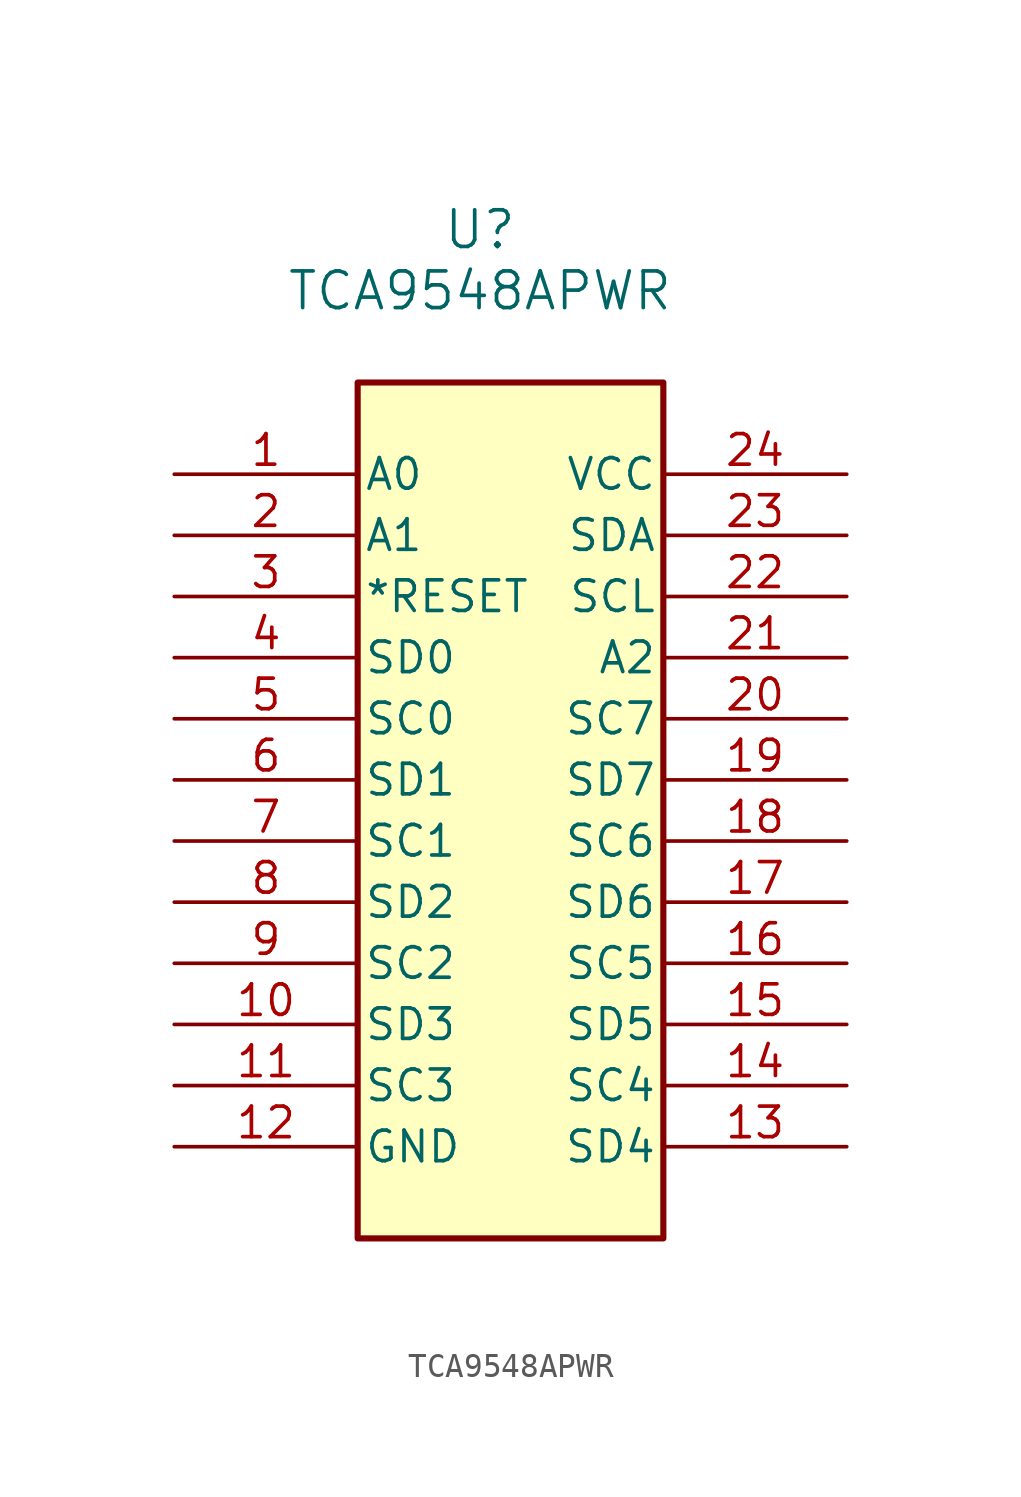
<source format=kicad_sym>
(kicad_symbol_lib
  (version 20231120)
  (generator "kicad_symbol_editor")
  (generator_version "8.0")
  (symbol "TCA9548APWR"
    (pin_names
      (offset 0.254))
    (property "Reference" "U"
      (at 30.48 10.16 0)
      (effects (font (size 1.524 1.524))))
    (property "Value" "TCA9548APWR"
      (at 30.48 7.62 0)
      (effects (font (size 1.524 1.524))))
    (property "ki_locked" ""
      (at 0 0 0)
      (effects (font (size 1.27 1.27))))
    (symbol "TCA9548APWR_0_1"
      (pin input line (at 17.78 0 0) (length 7.62) (name "A0" (effects (font (size 1.27 1.27)))) (number "1" (effects (font (size 1.27 1.27)))))
      (pin unspecified line (at 17.78 -22.86 0) (length 7.62) (name "SD3" (effects (font (size 1.27 1.27)))) (number "10" (effects (font (size 1.27 1.27)))))
      (pin unspecified line (at 17.78 -25.4 0) (length 7.62) (name "SC3" (effects (font (size 1.27 1.27)))) (number "11" (effects (font (size 1.27 1.27)))))
      (pin power_in line (at 17.78 -27.94 0) (length 7.62) (name "GND" (effects (font (size 1.27 1.27)))) (number "12" (effects (font (size 1.27 1.27)))))
      (pin unspecified line (at 45.72 -27.94 180) (length 7.62) (name "SD4" (effects (font (size 1.27 1.27)))) (number "13" (effects (font (size 1.27 1.27)))))
      (pin unspecified line (at 45.72 -25.4 180) (length 7.62) (name "SC4" (effects (font (size 1.27 1.27)))) (number "14" (effects (font (size 1.27 1.27)))))
      (pin unspecified line (at 45.72 -22.86 180) (length 7.62) (name "SD5" (effects (font (size 1.27 1.27)))) (number "15" (effects (font (size 1.27 1.27)))))
      (pin unspecified line (at 45.72 -20.32 180) (length 7.62) (name "SC5" (effects (font (size 1.27 1.27)))) (number "16" (effects (font (size 1.27 1.27)))))
      (pin unspecified line (at 45.72 -17.78 180) (length 7.62) (name "SD6" (effects (font (size 1.27 1.27)))) (number "17" (effects (font (size 1.27 1.27)))))
      (pin unspecified line (at 45.72 -15.24 180) (length 7.62) (name "SC6" (effects (font (size 1.27 1.27)))) (number "18" (effects (font (size 1.27 1.27)))))
      (pin unspecified line (at 45.72 -12.7 180) (length 7.62) (name "SD7" (effects (font (size 1.27 1.27)))) (number "19" (effects (font (size 1.27 1.27)))))
      (pin input line (at 17.78 -2.54 0) (length 7.62) (name "A1" (effects (font (size 1.27 1.27)))) (number "2" (effects (font (size 1.27 1.27)))))
      (pin unspecified line (at 45.72 -10.16 180) (length 7.62) (name "SC7" (effects (font (size 1.27 1.27)))) (number "20" (effects (font (size 1.27 1.27)))))
      (pin input line (at 45.72 -7.62 180) (length 7.62) (name "A2" (effects (font (size 1.27 1.27)))) (number "21" (effects (font (size 1.27 1.27)))))
      (pin unspecified line (at 45.72 -5.08 180) (length 7.62) (name "SCL" (effects (font (size 1.27 1.27)))) (number "22" (effects (font (size 1.27 1.27)))))
      (pin unspecified line (at 45.72 -2.54 180) (length 7.62) (name "SDA" (effects (font (size 1.27 1.27)))) (number "23" (effects (font (size 1.27 1.27)))))
      (pin power_in line (at 45.72 0 180) (length 7.62) (name "VCC" (effects (font (size 1.27 1.27)))) (number "24" (effects (font (size 1.27 1.27)))))
      (pin input line (at 17.78 -5.08 0) (length 7.62) (name "*RESET" (effects (font (size 1.27 1.27)))) (number "3" (effects (font (size 1.27 1.27)))))
      (pin unspecified line (at 17.78 -7.62 0) (length 7.62) (name "SD0" (effects (font (size 1.27 1.27)))) (number "4" (effects (font (size 1.27 1.27)))))
      (pin unspecified line (at 17.78 -10.16 0) (length 7.62) (name "SC0" (effects (font (size 1.27 1.27)))) (number "5" (effects (font (size 1.27 1.27)))))
      (pin unspecified line (at 17.78 -12.7 0) (length 7.62) (name "SD1" (effects (font (size 1.27 1.27)))) (number "6" (effects (font (size 1.27 1.27)))))
      (pin unspecified line (at 17.78 -15.24 0) (length 7.62) (name "SC1" (effects (font (size 1.27 1.27)))) (number "7" (effects (font (size 1.27 1.27)))))
      (pin unspecified line (at 17.78 -17.78 0) (length 7.62) (name "SD2" (effects (font (size 1.27 1.27)))) (number "8" (effects (font (size 1.27 1.27)))))
      (pin unspecified line (at 17.78 -20.32 0) (length 7.62) (name "SC2" (effects (font (size 1.27 1.27)))) (number "9" (effects (font (size 1.27 1.27))))))
    (symbol "TCA9548APWR_1_1"
      (rectangle (start 25.4 3.81) (end 38.1 -31.75) (stroke (width 0.254) (type solid) (color 132 0 0 1)) (fill (type color) (color 255 255 194 1))))))
</source>
